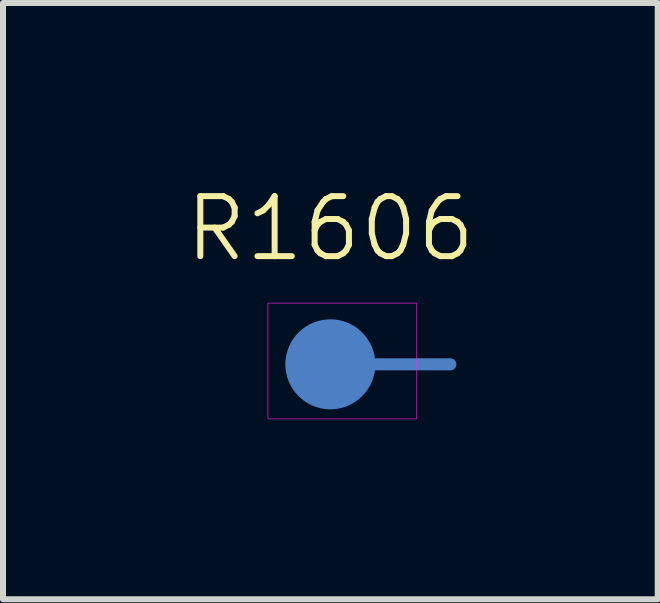
<source format=kicad_pcb>
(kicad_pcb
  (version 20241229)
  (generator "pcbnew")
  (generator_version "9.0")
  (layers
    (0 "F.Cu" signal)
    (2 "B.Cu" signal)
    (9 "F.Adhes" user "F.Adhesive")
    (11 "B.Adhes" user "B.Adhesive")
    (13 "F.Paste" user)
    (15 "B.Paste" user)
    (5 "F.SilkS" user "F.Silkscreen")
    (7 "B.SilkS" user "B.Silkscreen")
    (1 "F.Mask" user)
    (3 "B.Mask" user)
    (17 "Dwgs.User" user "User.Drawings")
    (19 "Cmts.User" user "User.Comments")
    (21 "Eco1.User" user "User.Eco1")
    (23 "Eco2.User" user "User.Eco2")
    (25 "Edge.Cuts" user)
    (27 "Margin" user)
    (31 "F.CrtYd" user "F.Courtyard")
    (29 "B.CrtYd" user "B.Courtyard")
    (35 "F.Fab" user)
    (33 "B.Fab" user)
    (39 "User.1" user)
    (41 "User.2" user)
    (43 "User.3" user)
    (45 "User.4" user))
  (footprint "R1606"
    (layer "F.Cu")
    (at 2.395 3.001)
    (property "Reference" "R1606" (at 0.06 -2.24 0) (unlocked yes) (layer "F.SilkS") (effects (font (size 1 1) (thickness 0.1))))
    (attr smd)
    (fp_line (start 0.06 0.02) (end 2.06 0.02) (stroke (width 0.2) (type default)) (layer "B.Cu"))
    (fp_rect (start -0.98 -1) (end 1.5 0.93) (stroke (width 0.01) (type default)) (fill no) (layer "F.CrtYd"))
    (pad "1" smd circle (at 0.06 0.02) (size 1.5 1.5) (layers "F.Mask" "B.Cu" "F.Paste")))
  (gr_rect
    (start -3 -3)
    (end 7.91 6.936)
    (stroke (width 0.1) (type default))
    (fill no)
    (layer "Edge.Cuts")))
</source>
